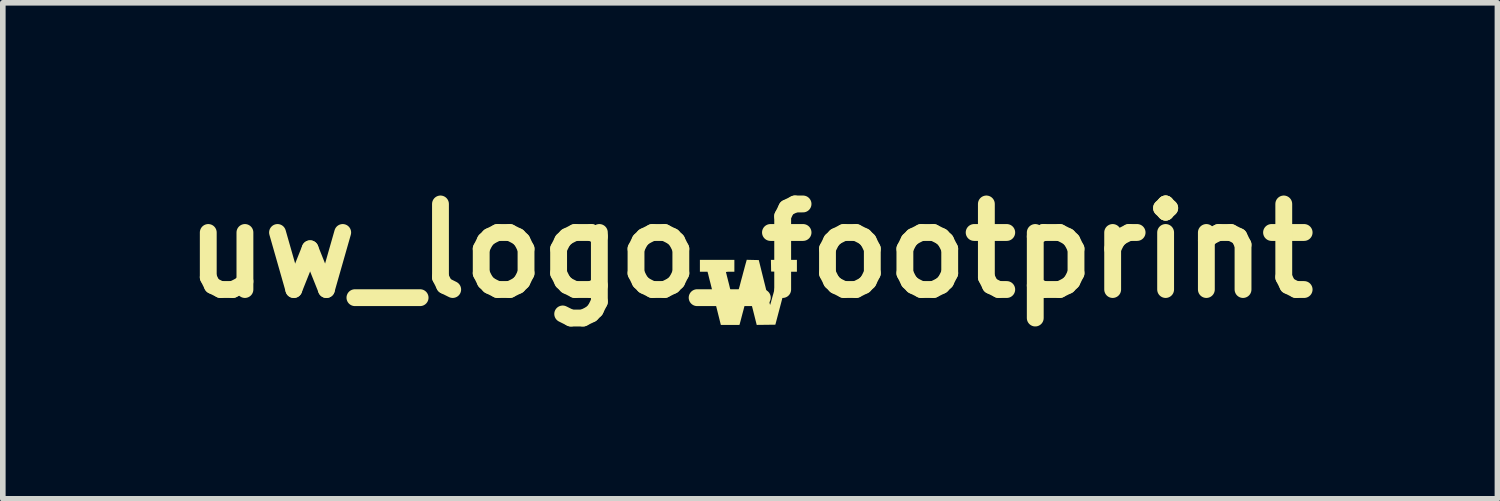
<source format=kicad_pcb>
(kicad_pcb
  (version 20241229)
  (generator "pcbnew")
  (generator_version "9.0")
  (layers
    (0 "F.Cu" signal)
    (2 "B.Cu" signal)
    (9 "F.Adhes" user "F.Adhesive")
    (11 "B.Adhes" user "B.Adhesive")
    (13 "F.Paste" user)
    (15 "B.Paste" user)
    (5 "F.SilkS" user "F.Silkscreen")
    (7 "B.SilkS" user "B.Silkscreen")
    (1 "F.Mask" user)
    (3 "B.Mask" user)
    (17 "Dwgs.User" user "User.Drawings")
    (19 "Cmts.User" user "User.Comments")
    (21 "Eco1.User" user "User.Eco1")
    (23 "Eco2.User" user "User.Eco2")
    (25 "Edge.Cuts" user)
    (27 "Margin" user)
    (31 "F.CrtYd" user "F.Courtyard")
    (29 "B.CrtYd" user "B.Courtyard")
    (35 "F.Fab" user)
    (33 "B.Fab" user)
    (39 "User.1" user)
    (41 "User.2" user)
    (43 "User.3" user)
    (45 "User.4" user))
  (footprint "uw_logo_footprint"
    (layer "F.Cu")
    (at 10.282 2.238)
    (property "Reference" "uw_logo_footprint" (at 0.03 -0.82 0) (layer "F.SilkS") (effects (font (size 1.524 1.524) (thickness 0.3))))
    (attr board_only exclude_from_pos_files exclude_from_bom)
    (fp_poly (pts (xy 0.185 -0.655) (xy 0.284 -0.256) (xy 0.303 -0.181) (xy 0.32 -0.11) (xy 0.337 -0.045) (xy 0.351 0.012) (xy 0.364 0.061) (xy 0.374 0.099) (xy 0.381 0.127) (xy 0.386 0.142) (xy 0.387 0.144) (xy 0.389 0.137) (xy 0.395 0.117) (xy 0.404 0.087) (xy 0.415 0.047) (xy 0.428 0.000273) (xy 0.443 -0.052) (xy 0.458 -0.107) (xy 0.473 -0.163) (xy 0.488 -0.219) (xy 0.503 -0.273) (xy 0.516 -0.323) (xy 0.527 -0.366) (xy 0.536 -0.401) (xy 0.543 -0.426) (xy 0.546 -0.44) (xy 0.546 -0.441) (xy 0.539 -0.444) (xy 0.52 -0.446) (xy 0.492 -0.448) (xy 0.475 -0.449) (xy 0.405 -0.451) (xy 0.403 -0.555) (xy 0.401 -0.659) (xy 0.864 -0.659) (xy 0.864 -0.447) (xy 0.796 -0.447) (xy 0.764 -0.447) (xy 0.743 -0.446) (xy 0.732 -0.443) (xy 0.726 -0.437) (xy 0.723 -0.428) (xy 0.723 -0.426) (xy 0.72 -0.415) (xy 0.713 -0.391) (xy 0.704 -0.355) (xy 0.692 -0.308) (xy 0.677 -0.252) (xy 0.66 -0.188) (xy 0.641 -0.117) (xy 0.621 -0.04) (xy 0.6 0.04) (xy 0.599 0.045) (xy 0.48 0.496) (xy 0.314 0.498) (xy 0.148 0.5) (xy 0.08 0.229) (xy 0.064 0.167) (xy 0.05 0.107) (xy 0.036 0.054) (xy 0.025 0.008) (xy 0.015 -0.029) (xy 0.009 -0.055) (xy 0.005 -0.068) (xy 0.003 -0.074) (xy 0.001 -0.076) (xy -0.003 -0.072) (xy -0.007 -0.062) (xy -0.013 -0.043) (xy -0.022 -0.016) (xy -0.032 0.022) (xy -0.045 0.071) (xy -0.062 0.133) (xy -0.073 0.174) (xy -0.089 0.237) (xy -0.105 0.296) (xy -0.119 0.349) (xy -0.131 0.396) (xy -0.141 0.433) (xy -0.148 0.459) (xy -0.151 0.472) (xy -0.16 0.5) (xy -0.491 0.5) (xy -0.602 0.055) (xy -0.622 -0.025) (xy -0.641 -0.102) (xy -0.659 -0.174) (xy -0.675 -0.239) (xy -0.69 -0.296) (xy -0.702 -0.344) (xy -0.711 -0.381) (xy -0.717 -0.407) (xy -0.721 -0.419) (xy -0.728 -0.447) (xy -0.864 -0.447) (xy -0.864 -0.659) (xy -0.25 -0.659) (xy -0.25 -0.447) (xy -0.327 -0.447) (xy -0.363 -0.447) (xy -0.386 -0.445) (xy -0.398 -0.442) (xy -0.4 -0.438) (xy -0.397 -0.428) (xy -0.391 -0.406) (xy -0.383 -0.372) (xy -0.372 -0.329) (xy -0.359 -0.277) (xy -0.344 -0.219) (xy -0.329 -0.156) (xy -0.325 -0.142) (xy -0.309 -0.079) (xy -0.295 -0.02) (xy -0.281 0.032) (xy -0.27 0.075) (xy -0.26 0.11) (xy -0.254 0.133) (xy -0.25 0.143) (xy -0.25 0.144) (xy -0.248 0.137) (xy -0.241 0.116) (xy -0.232 0.084) (xy -0.22 0.042) (xy -0.206 -0.01) (xy -0.189 -0.07) (xy -0.172 -0.136) (xy -0.152 -0.206) (xy -0.148 -0.222) (xy -0.129 -0.295) (xy -0.11 -0.364) (xy -0.093 -0.429) (xy -0.077 -0.487) (xy -0.064 -0.537) (xy -0.053 -0.577) (xy -0.045 -0.606) (xy -0.04 -0.622) (xy -0.04 -0.623) (xy -0.03 -0.66)) (stroke (width 0) (type solid)) (fill yes) (layer "F.SilkS")))
  (gr_rect
    (start -3 -3)
    (end 23.625 5.836)
    (stroke (width 0.1) (type default))
    (fill no)
    (layer "Edge.Cuts")))
</source>
